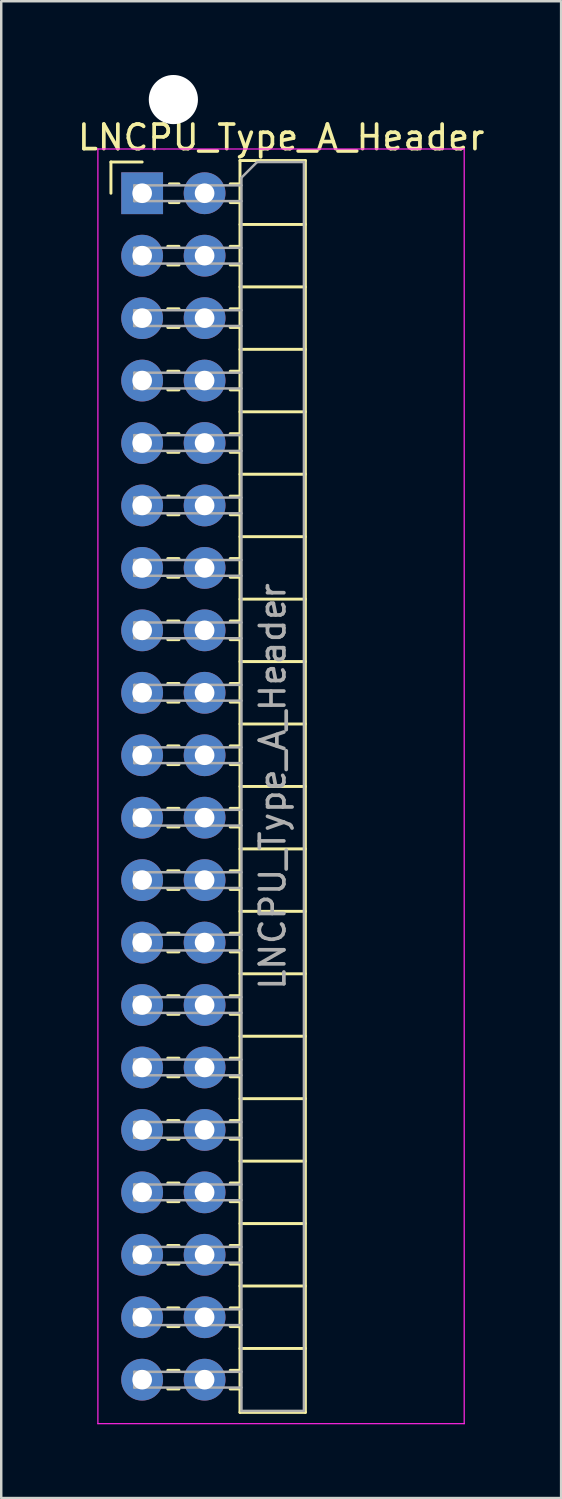
<source format=kicad_pcb>
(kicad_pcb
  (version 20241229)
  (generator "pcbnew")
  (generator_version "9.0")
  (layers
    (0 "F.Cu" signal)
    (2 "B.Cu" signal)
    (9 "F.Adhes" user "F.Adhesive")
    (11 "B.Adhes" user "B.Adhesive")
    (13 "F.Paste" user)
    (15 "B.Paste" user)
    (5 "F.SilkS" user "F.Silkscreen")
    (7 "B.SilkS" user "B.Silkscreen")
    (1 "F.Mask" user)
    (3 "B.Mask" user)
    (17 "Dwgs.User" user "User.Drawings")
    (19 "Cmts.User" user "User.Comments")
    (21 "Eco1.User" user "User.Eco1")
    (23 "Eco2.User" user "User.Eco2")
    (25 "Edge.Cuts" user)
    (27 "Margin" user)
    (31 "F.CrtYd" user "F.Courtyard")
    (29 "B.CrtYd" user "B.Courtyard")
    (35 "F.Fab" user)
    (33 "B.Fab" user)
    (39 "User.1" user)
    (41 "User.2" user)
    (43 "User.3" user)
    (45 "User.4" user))
  (footprint "LNCPU_Type_A_Header"
    (layer "F.Cu")
    (at 2.732 4.81)
    (property "Reference" "LNCPU_Type_A_Header" (at 5.655 -2.27 0) (layer "F.SilkS") (effects (font (size 1 1) (thickness 0.15))))
    (attr through_hole)
    (fp_line (start -1.27 -1.27) (end 0 -1.27) (stroke (width 0.12) (type solid)) (layer "F.SilkS"))
    (fp_line (start -1.27 0) (end -1.27 -1.27) (stroke (width 0.12) (type solid)) (layer "F.SilkS"))
    (fp_line (start 1.043 2.16) (end 1.497 2.16) (stroke (width 0.12) (type solid)) (layer "F.SilkS"))
    (fp_line (start 1.043 2.92) (end 1.497 2.92) (stroke (width 0.12) (type solid)) (layer "F.SilkS"))
    (fp_line (start 1.043 4.7) (end 1.497 4.7) (stroke (width 0.12) (type solid)) (layer "F.SilkS"))
    (fp_line (start 1.043 5.46) (end 1.497 5.46) (stroke (width 0.12) (type solid)) (layer "F.SilkS"))
    (fp_line (start 1.043 7.24) (end 1.497 7.24) (stroke (width 0.12) (type solid)) (layer "F.SilkS"))
    (fp_line (start 1.043 8) (end 1.497 8) (stroke (width 0.12) (type solid)) (layer "F.SilkS"))
    (fp_line (start 1.043 9.78) (end 1.497 9.78) (stroke (width 0.12) (type solid)) (layer "F.SilkS"))
    (fp_line (start 1.043 10.54) (end 1.497 10.54) (stroke (width 0.12) (type solid)) (layer "F.SilkS"))
    (fp_line (start 1.043 12.32) (end 1.497 12.32) (stroke (width 0.12) (type solid)) (layer "F.SilkS"))
    (fp_line (start 1.043 13.08) (end 1.497 13.08) (stroke (width 0.12) (type solid)) (layer "F.SilkS"))
    (fp_line (start 1.043 14.86) (end 1.497 14.86) (stroke (width 0.12) (type solid)) (layer "F.SilkS"))
    (fp_line (start 1.043 15.62) (end 1.497 15.62) (stroke (width 0.12) (type solid)) (layer "F.SilkS"))
    (fp_line (start 1.043 17.4) (end 1.497 17.4) (stroke (width 0.12) (type solid)) (layer "F.SilkS"))
    (fp_line (start 1.043 18.16) (end 1.497 18.16) (stroke (width 0.12) (type solid)) (layer "F.SilkS"))
    (fp_line (start 1.043 19.94) (end 1.497 19.94) (stroke (width 0.12) (type solid)) (layer "F.SilkS"))
    (fp_line (start 1.043 20.7) (end 1.497 20.7) (stroke (width 0.12) (type solid)) (layer "F.SilkS"))
    (fp_line (start 1.043 22.48) (end 1.497 22.48) (stroke (width 0.12) (type solid)) (layer "F.SilkS"))
    (fp_line (start 1.043 23.24) (end 1.497 23.24) (stroke (width 0.12) (type solid)) (layer "F.SilkS"))
    (fp_line (start 1.043 25.02) (end 1.497 25.02) (stroke (width 0.12) (type solid)) (layer "F.SilkS"))
    (fp_line (start 1.043 25.78) (end 1.497 25.78) (stroke (width 0.12) (type solid)) (layer "F.SilkS"))
    (fp_line (start 1.043 27.56) (end 1.497 27.56) (stroke (width 0.12) (type solid)) (layer "F.SilkS"))
    (fp_line (start 1.043 28.32) (end 1.497 28.32) (stroke (width 0.12) (type solid)) (layer "F.SilkS"))
    (fp_line (start 1.043 30.1) (end 1.497 30.1) (stroke (width 0.12) (type solid)) (layer "F.SilkS"))
    (fp_line (start 1.043 30.86) (end 1.497 30.86) (stroke (width 0.12) (type solid)) (layer "F.SilkS"))
    (fp_line (start 1.043 32.64) (end 1.497 32.64) (stroke (width 0.12) (type solid)) (layer "F.SilkS"))
    (fp_line (start 1.043 33.4) (end 1.497 33.4) (stroke (width 0.12) (type solid)) (layer "F.SilkS"))
    (fp_line (start 1.043 35.18) (end 1.497 35.18) (stroke (width 0.12) (type solid)) (layer "F.SilkS"))
    (fp_line (start 1.043 35.94) (end 1.497 35.94) (stroke (width 0.12) (type solid)) (layer "F.SilkS"))
    (fp_line (start 1.043 37.72) (end 1.497 37.72) (stroke (width 0.12) (type solid)) (layer "F.SilkS"))
    (fp_line (start 1.043 38.48) (end 1.497 38.48) (stroke (width 0.12) (type solid)) (layer "F.SilkS"))
    (fp_line (start 1.043 40.26) (end 1.497 40.26) (stroke (width 0.12) (type solid)) (layer "F.SilkS"))
    (fp_line (start 1.043 41.02) (end 1.497 41.02) (stroke (width 0.12) (type solid)) (layer "F.SilkS"))
    (fp_line (start 1.043 42.8) (end 1.497 42.8) (stroke (width 0.12) (type solid)) (layer "F.SilkS"))
    (fp_line (start 1.043 43.56) (end 1.497 43.56) (stroke (width 0.12) (type solid)) (layer "F.SilkS"))
    (fp_line (start 1.043 45.34) (end 1.497 45.34) (stroke (width 0.12) (type solid)) (layer "F.SilkS"))
    (fp_line (start 1.043 46.1) (end 1.497 46.1) (stroke (width 0.12) (type solid)) (layer "F.SilkS"))
    (fp_line (start 1.043 47.88) (end 1.497 47.88) (stroke (width 0.12) (type solid)) (layer "F.SilkS"))
    (fp_line (start 1.043 48.64) (end 1.497 48.64) (stroke (width 0.12) (type solid)) (layer "F.SilkS"))
    (fp_line (start 1.11 -0.38) (end 1.497 -0.38) (stroke (width 0.12) (type solid)) (layer "F.SilkS"))
    (fp_line (start 1.11 0.38) (end 1.497 0.38) (stroke (width 0.12) (type solid)) (layer "F.SilkS"))
    (fp_line (start 3.583 -0.38) (end 3.98 -0.38) (stroke (width 0.12) (type solid)) (layer "F.SilkS"))
    (fp_line (start 3.583 0.38) (end 3.98 0.38) (stroke (width 0.12) (type solid)) (layer "F.SilkS"))
    (fp_line (start 3.583 2.16) (end 3.98 2.16) (stroke (width 0.12) (type solid)) (layer "F.SilkS"))
    (fp_line (start 3.583 2.92) (end 3.98 2.92) (stroke (width 0.12) (type solid)) (layer "F.SilkS"))
    (fp_line (start 3.583 4.7) (end 3.98 4.7) (stroke (width 0.12) (type solid)) (layer "F.SilkS"))
    (fp_line (start 3.583 5.46) (end 3.98 5.46) (stroke (width 0.12) (type solid)) (layer "F.SilkS"))
    (fp_line (start 3.583 7.24) (end 3.98 7.24) (stroke (width 0.12) (type solid)) (layer "F.SilkS"))
    (fp_line (start 3.583 8) (end 3.98 8) (stroke (width 0.12) (type solid)) (layer "F.SilkS"))
    (fp_line (start 3.583 9.78) (end 3.98 9.78) (stroke (width 0.12) (type solid)) (layer "F.SilkS"))
    (fp_line (start 3.583 10.54) (end 3.98 10.54) (stroke (width 0.12) (type solid)) (layer "F.SilkS"))
    (fp_line (start 3.583 12.32) (end 3.98 12.32) (stroke (width 0.12) (type solid)) (layer "F.SilkS"))
    (fp_line (start 3.583 13.08) (end 3.98 13.08) (stroke (width 0.12) (type solid)) (layer "F.SilkS"))
    (fp_line (start 3.583 14.86) (end 3.98 14.86) (stroke (width 0.12) (type solid)) (layer "F.SilkS"))
    (fp_line (start 3.583 15.62) (end 3.98 15.62) (stroke (width 0.12) (type solid)) (layer "F.SilkS"))
    (fp_line (start 3.583 17.4) (end 3.98 17.4) (stroke (width 0.12) (type solid)) (layer "F.SilkS"))
    (fp_line (start 3.583 18.16) (end 3.98 18.16) (stroke (width 0.12) (type solid)) (layer "F.SilkS"))
    (fp_line (start 3.583 19.94) (end 3.98 19.94) (stroke (width 0.12) (type solid)) (layer "F.SilkS"))
    (fp_line (start 3.583 20.7) (end 3.98 20.7) (stroke (width 0.12) (type solid)) (layer "F.SilkS"))
    (fp_line (start 3.583 22.48) (end 3.98 22.48) (stroke (width 0.12) (type solid)) (layer "F.SilkS"))
    (fp_line (start 3.583 23.24) (end 3.98 23.24) (stroke (width 0.12) (type solid)) (layer "F.SilkS"))
    (fp_line (start 3.583 25.02) (end 3.98 25.02) (stroke (width 0.12) (type solid)) (layer "F.SilkS"))
    (fp_line (start 3.583 25.78) (end 3.98 25.78) (stroke (width 0.12) (type solid)) (layer "F.SilkS"))
    (fp_line (start 3.583 27.56) (end 3.98 27.56) (stroke (width 0.12) (type solid)) (layer "F.SilkS"))
    (fp_line (start 3.583 28.32) (end 3.98 28.32) (stroke (width 0.12) (type solid)) (layer "F.SilkS"))
    (fp_line (start 3.583 30.1) (end 3.98 30.1) (stroke (width 0.12) (type solid)) (layer "F.SilkS"))
    (fp_line (start 3.583 30.86) (end 3.98 30.86) (stroke (width 0.12) (type solid)) (layer "F.SilkS"))
    (fp_line (start 3.583 32.64) (end 3.98 32.64) (stroke (width 0.12) (type solid)) (layer "F.SilkS"))
    (fp_line (start 3.583 33.4) (end 3.98 33.4) (stroke (width 0.12) (type solid)) (layer "F.SilkS"))
    (fp_line (start 3.583 35.18) (end 3.98 35.18) (stroke (width 0.12) (type solid)) (layer "F.SilkS"))
    (fp_line (start 3.583 35.94) (end 3.98 35.94) (stroke (width 0.12) (type solid)) (layer "F.SilkS"))
    (fp_line (start 3.583 37.72) (end 3.98 37.72) (stroke (width 0.12) (type solid)) (layer "F.SilkS"))
    (fp_line (start 3.583 38.48) (end 3.98 38.48) (stroke (width 0.12) (type solid)) (layer "F.SilkS"))
    (fp_line (start 3.583 40.26) (end 3.98 40.26) (stroke (width 0.12) (type solid)) (layer "F.SilkS"))
    (fp_line (start 3.583 41.02) (end 3.98 41.02) (stroke (width 0.12) (type solid)) (layer "F.SilkS"))
    (fp_line (start 3.583 42.8) (end 3.98 42.8) (stroke (width 0.12) (type solid)) (layer "F.SilkS"))
    (fp_line (start 3.583 43.56) (end 3.98 43.56) (stroke (width 0.12) (type solid)) (layer "F.SilkS"))
    (fp_line (start 3.583 45.34) (end 3.98 45.34) (stroke (width 0.12) (type solid)) (layer "F.SilkS"))
    (fp_line (start 3.583 46.1) (end 3.98 46.1) (stroke (width 0.12) (type solid)) (layer "F.SilkS"))
    (fp_line (start 3.583 47.88) (end 3.98 47.88) (stroke (width 0.12) (type solid)) (layer "F.SilkS"))
    (fp_line (start 3.583 48.64) (end 3.98 48.64) (stroke (width 0.12) (type solid)) (layer "F.SilkS"))
    (fp_line (start 3.98 -1.33) (end 3.98 49.59) (stroke (width 0.12) (type solid)) (layer "F.SilkS"))
    (fp_line (start 3.98 1.27) (end 6.64 1.27) (stroke (width 0.12) (type solid)) (layer "F.SilkS"))
    (fp_line (start 3.98 3.81) (end 6.64 3.81) (stroke (width 0.12) (type solid)) (layer "F.SilkS"))
    (fp_line (start 3.98 6.35) (end 6.64 6.35) (stroke (width 0.12) (type solid)) (layer "F.SilkS"))
    (fp_line (start 3.98 8.89) (end 6.64 8.89) (stroke (width 0.12) (type solid)) (layer "F.SilkS"))
    (fp_line (start 3.98 11.43) (end 6.64 11.43) (stroke (width 0.12) (type solid)) (layer "F.SilkS"))
    (fp_line (start 3.98 13.97) (end 6.64 13.97) (stroke (width 0.12) (type solid)) (layer "F.SilkS"))
    (fp_line (start 3.98 16.51) (end 6.64 16.51) (stroke (width 0.12) (type solid)) (layer "F.SilkS"))
    (fp_line (start 3.98 19.05) (end 6.64 19.05) (stroke (width 0.12) (type solid)) (layer "F.SilkS"))
    (fp_line (start 3.98 21.59) (end 6.64 21.59) (stroke (width 0.12) (type solid)) (layer "F.SilkS"))
    (fp_line (start 3.98 24.13) (end 6.64 24.13) (stroke (width 0.12) (type solid)) (layer "F.SilkS"))
    (fp_line (start 3.98 26.67) (end 6.64 26.67) (stroke (width 0.12) (type solid)) (layer "F.SilkS"))
    (fp_line (start 3.98 29.21) (end 6.64 29.21) (stroke (width 0.12) (type solid)) (layer "F.SilkS"))
    (fp_line (start 3.98 31.75) (end 6.64 31.75) (stroke (width 0.12) (type solid)) (layer "F.SilkS"))
    (fp_line (start 3.98 34.29) (end 6.64 34.29) (stroke (width 0.12) (type solid)) (layer "F.SilkS"))
    (fp_line (start 3.98 36.83) (end 6.64 36.83) (stroke (width 0.12) (type solid)) (layer "F.SilkS"))
    (fp_line (start 3.98 39.37) (end 6.64 39.37) (stroke (width 0.12) (type solid)) (layer "F.SilkS"))
    (fp_line (start 3.98 41.91) (end 6.64 41.91) (stroke (width 0.12) (type solid)) (layer "F.SilkS"))
    (fp_line (start 3.98 44.45) (end 6.64 44.45) (stroke (width 0.12) (type solid)) (layer "F.SilkS"))
    (fp_line (start 3.98 46.99) (end 6.64 46.99) (stroke (width 0.12) (type solid)) (layer "F.SilkS"))
    (fp_line (start 3.98 49.59) (end 6.64 49.59) (stroke (width 0.12) (type solid)) (layer "F.SilkS"))
    (fp_line (start 6.64 -1.33) (end 3.98 -1.33) (stroke (width 0.12) (type solid)) (layer "F.SilkS"))
    (fp_line (start 6.64 49.59) (end 6.64 -1.33) (stroke (width 0.12) (type solid)) (layer "F.SilkS"))
    (fp_line (start -1.8 -1.8) (end -1.8 50.05) (stroke (width 0.05) (type solid)) (layer "F.CrtYd"))
    (fp_line (start -1.8 50.05) (end 13.1 50.05) (stroke (width 0.05) (type solid)) (layer "F.CrtYd"))
    (fp_line (start 13.1 -1.8) (end -1.8 -1.8) (stroke (width 0.05) (type solid)) (layer "F.CrtYd"))
    (fp_line (start 13.1 50.05) (end 13.1 -1.8) (stroke (width 0.05) (type solid)) (layer "F.CrtYd"))
    (fp_line (start -0.32 -0.32) (end -0.32 0.32) (stroke (width 0.1) (type solid)) (layer "F.Fab"))
    (fp_line (start -0.32 -0.32) (end 4.04 -0.32) (stroke (width 0.1) (type solid)) (layer "F.Fab"))
    (fp_line (start -0.32 0.32) (end 4.04 0.32) (stroke (width 0.1) (type solid)) (layer "F.Fab"))
    (fp_line (start -0.32 2.22) (end -0.32 2.86) (stroke (width 0.1) (type solid)) (layer "F.Fab"))
    (fp_line (start -0.32 2.22) (end 4.04 2.22) (stroke (width 0.1) (type solid)) (layer "F.Fab"))
    (fp_line (start -0.32 2.86) (end 4.04 2.86) (stroke (width 0.1) (type solid)) (layer "F.Fab"))
    (fp_line (start -0.32 4.76) (end -0.32 5.4) (stroke (width 0.1) (type solid)) (layer "F.Fab"))
    (fp_line (start -0.32 4.76) (end 4.04 4.76) (stroke (width 0.1) (type solid)) (layer "F.Fab"))
    (fp_line (start -0.32 5.4) (end 4.04 5.4) (stroke (width 0.1) (type solid)) (layer "F.Fab"))
    (fp_line (start -0.32 7.3) (end -0.32 7.94) (stroke (width 0.1) (type solid)) (layer "F.Fab"))
    (fp_line (start -0.32 7.3) (end 4.04 7.3) (stroke (width 0.1) (type solid)) (layer "F.Fab"))
    (fp_line (start -0.32 7.94) (end 4.04 7.94) (stroke (width 0.1) (type solid)) (layer "F.Fab"))
    (fp_line (start -0.32 9.84) (end -0.32 10.48) (stroke (width 0.1) (type solid)) (layer "F.Fab"))
    (fp_line (start -0.32 9.84) (end 4.04 9.84) (stroke (width 0.1) (type solid)) (layer "F.Fab"))
    (fp_line (start -0.32 10.48) (end 4.04 10.48) (stroke (width 0.1) (type solid)) (layer "F.Fab"))
    (fp_line (start -0.32 12.38) (end -0.32 13.02) (stroke (width 0.1) (type solid)) (layer "F.Fab"))
    (fp_line (start -0.32 12.38) (end 4.04 12.38) (stroke (width 0.1) (type solid)) (layer "F.Fab"))
    (fp_line (start -0.32 13.02) (end 4.04 13.02) (stroke (width 0.1) (type solid)) (layer "F.Fab"))
    (fp_line (start -0.32 14.92) (end -0.32 15.56) (stroke (width 0.1) (type solid)) (layer "F.Fab"))
    (fp_line (start -0.32 14.92) (end 4.04 14.92) (stroke (width 0.1) (type solid)) (layer "F.Fab"))
    (fp_line (start -0.32 15.56) (end 4.04 15.56) (stroke (width 0.1) (type solid)) (layer "F.Fab"))
    (fp_line (start -0.32 17.46) (end -0.32 18.1) (stroke (width 0.1) (type solid)) (layer "F.Fab"))
    (fp_line (start -0.32 17.46) (end 4.04 17.46) (stroke (width 0.1) (type solid)) (layer "F.Fab"))
    (fp_line (start -0.32 18.1) (end 4.04 18.1) (stroke (width 0.1) (type solid)) (layer "F.Fab"))
    (fp_line (start -0.32 20) (end -0.32 20.64) (stroke (width 0.1) (type solid)) (layer "F.Fab"))
    (fp_line (start -0.32 20) (end 4.04 20) (stroke (width 0.1) (type solid)) (layer "F.Fab"))
    (fp_line (start -0.32 20.64) (end 4.04 20.64) (stroke (width 0.1) (type solid)) (layer "F.Fab"))
    (fp_line (start -0.32 22.54) (end -0.32 23.18) (stroke (width 0.1) (type solid)) (layer "F.Fab"))
    (fp_line (start -0.32 22.54) (end 4.04 22.54) (stroke (width 0.1) (type solid)) (layer "F.Fab"))
    (fp_line (start -0.32 23.18) (end 4.04 23.18) (stroke (width 0.1) (type solid)) (layer "F.Fab"))
    (fp_line (start -0.32 25.08) (end -0.32 25.72) (stroke (width 0.1) (type solid)) (layer "F.Fab"))
    (fp_line (start -0.32 25.08) (end 4.04 25.08) (stroke (width 0.1) (type solid)) (layer "F.Fab"))
    (fp_line (start -0.32 25.72) (end 4.04 25.72) (stroke (width 0.1) (type solid)) (layer "F.Fab"))
    (fp_line (start -0.32 27.62) (end -0.32 28.26) (stroke (width 0.1) (type solid)) (layer "F.Fab"))
    (fp_line (start -0.32 27.62) (end 4.04 27.62) (stroke (width 0.1) (type solid)) (layer "F.Fab"))
    (fp_line (start -0.32 28.26) (end 4.04 28.26) (stroke (width 0.1) (type solid)) (layer "F.Fab"))
    (fp_line (start -0.32 30.16) (end -0.32 30.8) (stroke (width 0.1) (type solid)) (layer "F.Fab"))
    (fp_line (start -0.32 30.16) (end 4.04 30.16) (stroke (width 0.1) (type solid)) (layer "F.Fab"))
    (fp_line (start -0.32 30.8) (end 4.04 30.8) (stroke (width 0.1) (type solid)) (layer "F.Fab"))
    (fp_line (start -0.32 32.7) (end -0.32 33.34) (stroke (width 0.1) (type solid)) (layer "F.Fab"))
    (fp_line (start -0.32 32.7) (end 4.04 32.7) (stroke (width 0.1) (type solid)) (layer "F.Fab"))
    (fp_line (start -0.32 33.34) (end 4.04 33.34) (stroke (width 0.1) (type solid)) (layer "F.Fab"))
    (fp_line (start -0.32 35.24) (end -0.32 35.88) (stroke (width 0.1) (type solid)) (layer "F.Fab"))
    (fp_line (start -0.32 35.24) (end 4.04 35.24) (stroke (width 0.1) (type solid)) (layer "F.Fab"))
    (fp_line (start -0.32 35.88) (end 4.04 35.88) (stroke (width 0.1) (type solid)) (layer "F.Fab"))
    (fp_line (start -0.32 37.78) (end -0.32 38.42) (stroke (width 0.1) (type solid)) (layer "F.Fab"))
    (fp_line (start -0.32 37.78) (end 4.04 37.78) (stroke (width 0.1) (type solid)) (layer "F.Fab"))
    (fp_line (start -0.32 38.42) (end 4.04 38.42) (stroke (width 0.1) (type solid)) (layer "F.Fab"))
    (fp_line (start -0.32 40.32) (end -0.32 40.96) (stroke (width 0.1) (type solid)) (layer "F.Fab"))
    (fp_line (start -0.32 40.32) (end 4.04 40.32) (stroke (width 0.1) (type solid)) (layer "F.Fab"))
    (fp_line (start -0.32 40.96) (end 4.04 40.96) (stroke (width 0.1) (type solid)) (layer "F.Fab"))
    (fp_line (start -0.32 42.86) (end -0.32 43.5) (stroke (width 0.1) (type solid)) (layer "F.Fab"))
    (fp_line (start -0.32 42.86) (end 4.04 42.86) (stroke (width 0.1) (type solid)) (layer "F.Fab"))
    (fp_line (start -0.32 43.5) (end 4.04 43.5) (stroke (width 0.1) (type solid)) (layer "F.Fab"))
    (fp_line (start -0.32 45.4) (end -0.32 46.04) (stroke (width 0.1) (type solid)) (layer "F.Fab"))
    (fp_line (start -0.32 45.4) (end 4.04 45.4) (stroke (width 0.1) (type solid)) (layer "F.Fab"))
    (fp_line (start -0.32 46.04) (end 4.04 46.04) (stroke (width 0.1) (type solid)) (layer "F.Fab"))
    (fp_line (start -0.32 47.94) (end -0.32 48.58) (stroke (width 0.1) (type solid)) (layer "F.Fab"))
    (fp_line (start -0.32 47.94) (end 4.04 47.94) (stroke (width 0.1) (type solid)) (layer "F.Fab"))
    (fp_line (start -0.32 48.58) (end 4.04 48.58) (stroke (width 0.1) (type solid)) (layer "F.Fab"))
    (fp_line (start 4.04 -0.635) (end 4.675 -1.27) (stroke (width 0.1) (type solid)) (layer "F.Fab"))
    (fp_line (start 4.04 49.53) (end 4.04 -0.635) (stroke (width 0.1) (type solid)) (layer "F.Fab"))
    (fp_line (start 4.675 -1.27) (end 6.58 -1.27) (stroke (width 0.1) (type solid)) (layer "F.Fab"))
    (fp_line (start 6.58 -1.27) (end 6.58 49.53) (stroke (width 0.1) (type solid)) (layer "F.Fab"))
    (fp_line (start 6.58 49.53) (end 4.04 49.53) (stroke (width 0.1) (type solid)) (layer "F.Fab"))
    (fp_text user "${REFERENCE}" (at 5.31 24.13 90) (layer "F.Fab") (effects (font (size 1 1) (thickness 0.15))))
    (pad "" np_thru_hole circle (at 1.27 -3.81) (size 2 2) (drill 2) (layers "*.Cu" "*.Mask"))
    (pad "1" thru_hole rect (at 0 0) (size 1.7 1.7) (drill 0.8) (layers "*.Cu" "*.Mask"))
    (pad "2" thru_hole oval (at 2.54 0) (size 1.7 1.7) (drill 0.8) (layers "*.Cu" "*.Mask"))
    (pad "3" thru_hole oval (at 0 2.54) (size 1.7 1.7) (drill 0.8) (layers "*.Cu" "*.Mask"))
    (pad "4" thru_hole oval (at 2.54 2.54) (size 1.7 1.7) (drill 0.8) (layers "*.Cu" "*.Mask"))
    (pad "5" thru_hole oval (at 0 5.08) (size 1.7 1.7) (drill 0.8) (layers "*.Cu" "*.Mask"))
    (pad "6" thru_hole oval (at 2.54 5.08) (size 1.7 1.7) (drill 0.8) (layers "*.Cu" "*.Mask"))
    (pad "7" thru_hole oval (at 0 7.62) (size 1.7 1.7) (drill 0.8) (layers "*.Cu" "*.Mask"))
    (pad "8" thru_hole oval (at 2.54 7.62) (size 1.7 1.7) (drill 0.8) (layers "*.Cu" "*.Mask"))
    (pad "9" thru_hole oval (at 0 10.16) (size 1.7 1.7) (drill 0.8) (layers "*.Cu" "*.Mask"))
    (pad "10" thru_hole oval (at 2.54 10.16) (size 1.7 1.7) (drill 0.8) (layers "*.Cu" "*.Mask"))
    (pad "11" thru_hole oval (at 0 12.7) (size 1.7 1.7) (drill 0.8) (layers "*.Cu" "*.Mask"))
    (pad "12" thru_hole oval (at 2.54 12.7) (size 1.7 1.7) (drill 0.8) (layers "*.Cu" "*.Mask"))
    (pad "13" thru_hole oval (at 0 15.24) (size 1.7 1.7) (drill 0.8) (layers "*.Cu" "*.Mask"))
    (pad "14" thru_hole oval (at 2.54 15.24) (size 1.7 1.7) (drill 0.8) (layers "*.Cu" "*.Mask"))
    (pad "15" thru_hole oval (at 0 17.78) (size 1.7 1.7) (drill 0.8) (layers "*.Cu" "*.Mask"))
    (pad "16" thru_hole oval (at 2.54 17.78) (size 1.7 1.7) (drill 0.8) (layers "*.Cu" "*.Mask"))
    (pad "17" thru_hole oval (at 0 20.32) (size 1.7 1.7) (drill 0.8) (layers "*.Cu" "*.Mask"))
    (pad "18" thru_hole oval (at 2.54 20.32) (size 1.7 1.7) (drill 0.8) (layers "*.Cu" "*.Mask"))
    (pad "19" thru_hole oval (at 0 22.86) (size 1.7 1.7) (drill 0.8) (layers "*.Cu" "*.Mask"))
    (pad "20" thru_hole oval (at 2.54 22.86) (size 1.7 1.7) (drill 0.8) (layers "*.Cu" "*.Mask"))
    (pad "21" thru_hole oval (at 0 25.4) (size 1.7 1.7) (drill 0.8) (layers "*.Cu" "*.Mask"))
    (pad "22" thru_hole oval (at 2.54 25.4) (size 1.7 1.7) (drill 0.8) (layers "*.Cu" "*.Mask"))
    (pad "23" thru_hole oval (at 0 27.94) (size 1.7 1.7) (drill 0.8) (layers "*.Cu" "*.Mask"))
    (pad "24" thru_hole oval (at 2.54 27.94) (size 1.7 1.7) (drill 0.8) (layers "*.Cu" "*.Mask"))
    (pad "25" thru_hole oval (at 0 30.48) (size 1.7 1.7) (drill 0.8) (layers "*.Cu" "*.Mask"))
    (pad "26" thru_hole oval (at 2.54 30.48) (size 1.7 1.7) (drill 0.8) (layers "*.Cu" "*.Mask"))
    (pad "27" thru_hole oval (at 0 33.02) (size 1.7 1.7) (drill 0.8) (layers "*.Cu" "*.Mask"))
    (pad "28" thru_hole oval (at 2.54 33.02) (size 1.7 1.7) (drill 0.8) (layers "*.Cu" "*.Mask"))
    (pad "29" thru_hole oval (at 0 35.56) (size 1.7 1.7) (drill 0.8) (layers "*.Cu" "*.Mask"))
    (pad "30" thru_hole oval (at 2.54 35.56) (size 1.7 1.7) (drill 0.8) (layers "*.Cu" "*.Mask"))
    (pad "31" thru_hole oval (at 0 38.1) (size 1.7 1.7) (drill 0.8) (layers "*.Cu" "*.Mask"))
    (pad "32" thru_hole oval (at 2.54 38.1) (size 1.7 1.7) (drill 0.8) (layers "*.Cu" "*.Mask"))
    (pad "33" thru_hole oval (at 0 40.64) (size 1.7 1.7) (drill 0.8) (layers "*.Cu" "*.Mask"))
    (pad "34" thru_hole oval (at 2.54 40.64) (size 1.7 1.7) (drill 0.8) (layers "*.Cu" "*.Mask"))
    (pad "35" thru_hole oval (at 0 43.18) (size 1.7 1.7) (drill 0.8) (layers "*.Cu" "*.Mask"))
    (pad "36" thru_hole oval (at 2.54 43.18) (size 1.7 1.7) (drill 0.8) (layers "*.Cu" "*.Mask"))
    (pad "37" thru_hole oval (at 0 45.72) (size 1.7 1.7) (drill 0.8) (layers "*.Cu" "*.Mask"))
    (pad "38" thru_hole oval (at 2.54 45.72) (size 1.7 1.7) (drill 0.8) (layers "*.Cu" "*.Mask"))
    (pad "39" thru_hole oval (at 0 48.26) (size 1.7 1.7) (drill 0.8) (layers "*.Cu" "*.Mask"))
    (pad "40" thru_hole oval (at 2.54 48.26) (size 1.7 1.7) (drill 0.8) (layers "*.Cu" "*.Mask")))
  (gr_rect
    (start -3 -3)
    (end 19.774 57.885)
    (stroke (width 0.1) (type default))
    (fill no)
    (layer "Edge.Cuts")))
</source>
